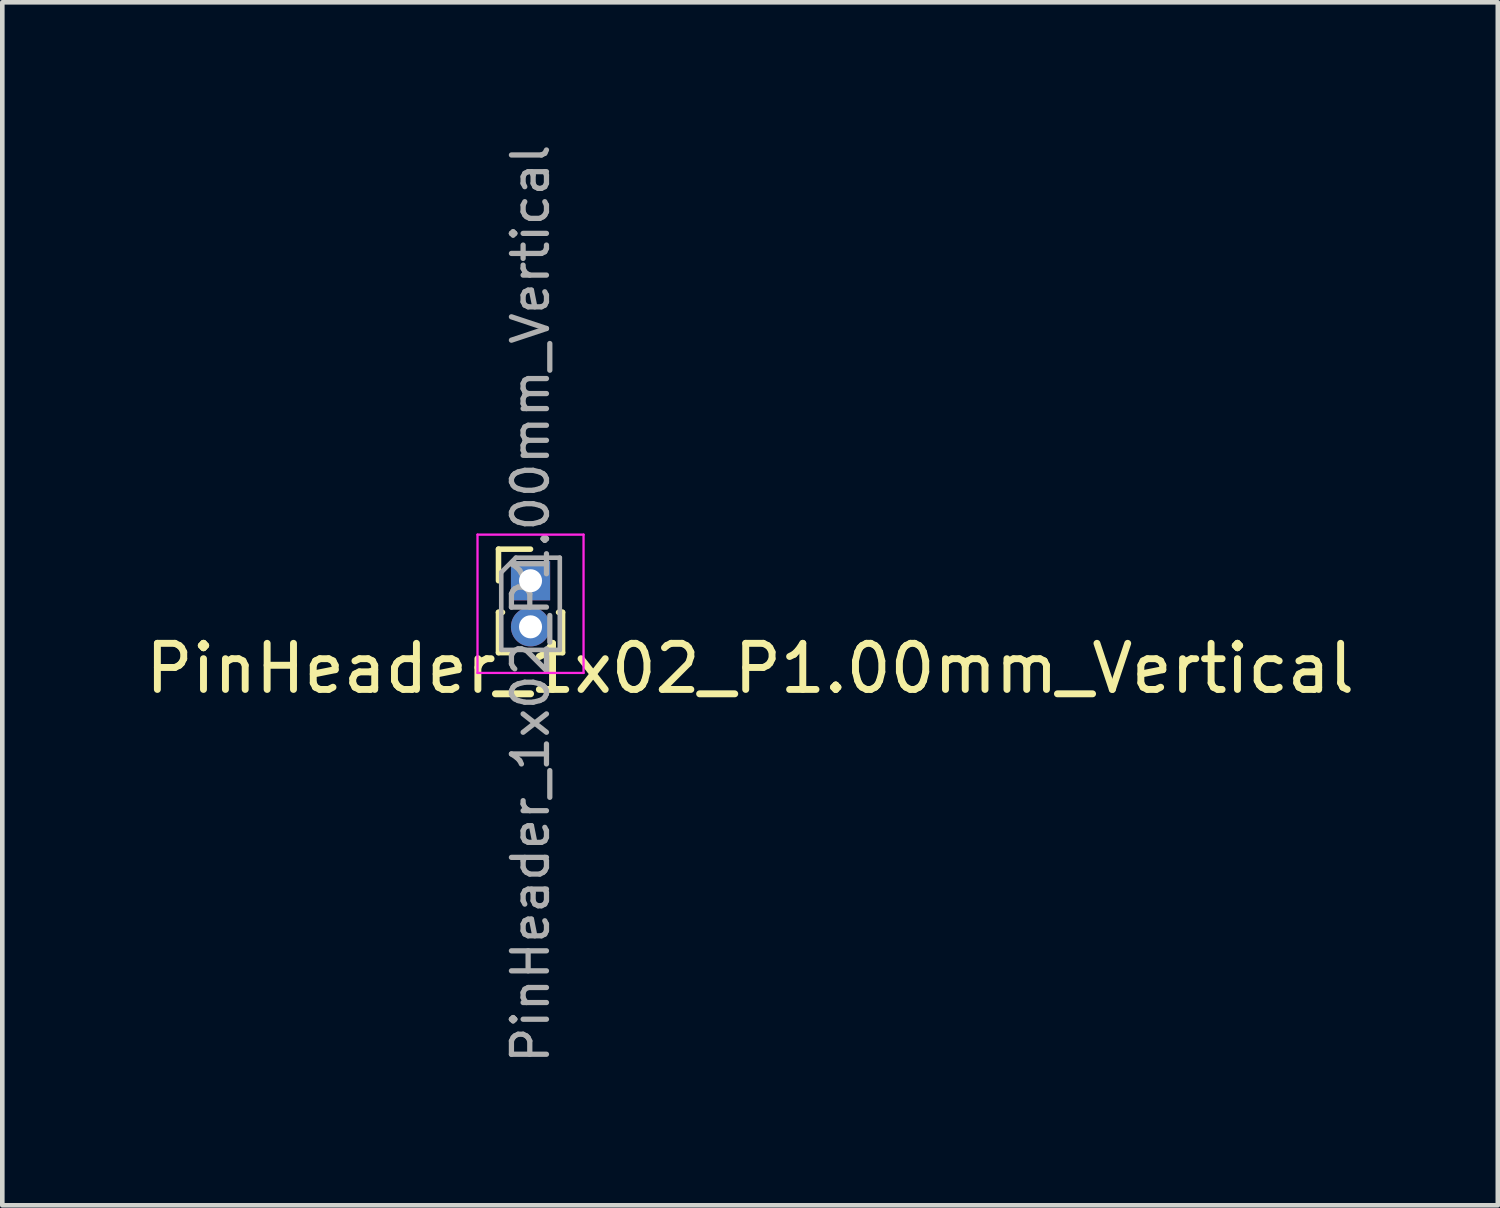
<source format=kicad_pcb>
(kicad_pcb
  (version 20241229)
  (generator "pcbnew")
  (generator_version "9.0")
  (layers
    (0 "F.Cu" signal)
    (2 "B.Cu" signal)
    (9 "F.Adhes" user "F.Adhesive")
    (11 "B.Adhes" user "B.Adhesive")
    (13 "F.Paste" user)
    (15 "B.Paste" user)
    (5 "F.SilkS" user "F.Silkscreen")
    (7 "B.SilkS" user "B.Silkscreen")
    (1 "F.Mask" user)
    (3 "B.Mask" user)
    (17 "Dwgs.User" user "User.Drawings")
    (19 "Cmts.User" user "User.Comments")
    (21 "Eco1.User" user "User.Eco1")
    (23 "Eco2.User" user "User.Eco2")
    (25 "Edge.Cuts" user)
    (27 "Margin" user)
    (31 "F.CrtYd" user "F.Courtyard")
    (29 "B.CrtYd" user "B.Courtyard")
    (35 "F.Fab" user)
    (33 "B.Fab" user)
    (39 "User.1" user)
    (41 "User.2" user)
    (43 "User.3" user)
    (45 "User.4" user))
  (footprint "PinHeader_1x02_P1.00mm_Vertical"
    (layer "F.Cu")
    (at 8.458 9.547)
    (property "Reference" "PinHeader_1x02_P1.00mm_Vertical" (at 4.763 1.903 0) (layer "F.SilkS") (effects (font (size 1 1) (thickness 0.15))))
    (attr through_hole)
    (fp_line (start -0.695 -0.685) (end 0 -0.685) (stroke (width 0.12) (type solid)) (layer "F.SilkS"))
    (fp_line (start -0.695 0) (end -0.695 -0.685) (stroke (width 0.12) (type solid)) (layer "F.SilkS"))
    (fp_line (start -0.695 0.685) (end -0.695 1.56) (stroke (width 0.12) (type solid)) (layer "F.SilkS"))
    (fp_line (start -0.695 0.685) (end -0.608 0.685) (stroke (width 0.12) (type solid)) (layer "F.SilkS"))
    (fp_line (start -0.695 1.56) (end -0.394 1.56) (stroke (width 0.12) (type solid)) (layer "F.SilkS"))
    (fp_line (start 0.394 1.56) (end 0.695 1.56) (stroke (width 0.12) (type solid)) (layer "F.SilkS"))
    (fp_line (start 0.608 0.685) (end 0.695 0.685) (stroke (width 0.12) (type solid)) (layer "F.SilkS"))
    (fp_line (start 0.695 0.685) (end 0.695 1.56) (stroke (width 0.12) (type solid)) (layer "F.SilkS"))
    (fp_line (start -1.15 -1) (end -1.15 2) (stroke (width 0.05) (type solid)) (layer "F.CrtYd"))
    (fp_line (start -1.15 2) (end 1.15 2) (stroke (width 0.05) (type solid)) (layer "F.CrtYd"))
    (fp_line (start 1.15 -1) (end -1.15 -1) (stroke (width 0.05) (type solid)) (layer "F.CrtYd"))
    (fp_line (start 1.15 2) (end 1.15 -1) (stroke (width 0.05) (type solid)) (layer "F.CrtYd"))
    (fp_line (start -0.635 -0.182) (end -0.318 -0.5) (stroke (width 0.1) (type solid)) (layer "F.Fab"))
    (fp_line (start -0.635 1.5) (end -0.635 -0.182) (stroke (width 0.1) (type solid)) (layer "F.Fab"))
    (fp_line (start -0.318 -0.5) (end 0.635 -0.5) (stroke (width 0.1) (type solid)) (layer "F.Fab"))
    (fp_line (start 0.635 -0.5) (end 0.635 1.5) (stroke (width 0.1) (type solid)) (layer "F.Fab"))
    (fp_line (start 0.635 1.5) (end -0.635 1.5) (stroke (width 0.1) (type solid)) (layer "F.Fab"))
    (fp_text user "${REFERENCE}" (at 0 0.5 90) (layer "F.Fab") (effects (font (size 0.76 0.76) (thickness 0.114))))
    (pad "1" thru_hole rect (at 0 0) (size 0.85 0.85) (drill 0.5) (layers "*.Cu" "*.Mask"))
    (pad "2" thru_hole oval (at 0 1) (size 0.85 0.85) (drill 0.5) (layers "*.Cu" "*.Mask")))
  (gr_rect
    (start -3 -3)
    (end 29.44 23.095)
    (stroke (width 0.1) (type default))
    (fill no)
    (layer "Edge.Cuts")))
</source>
